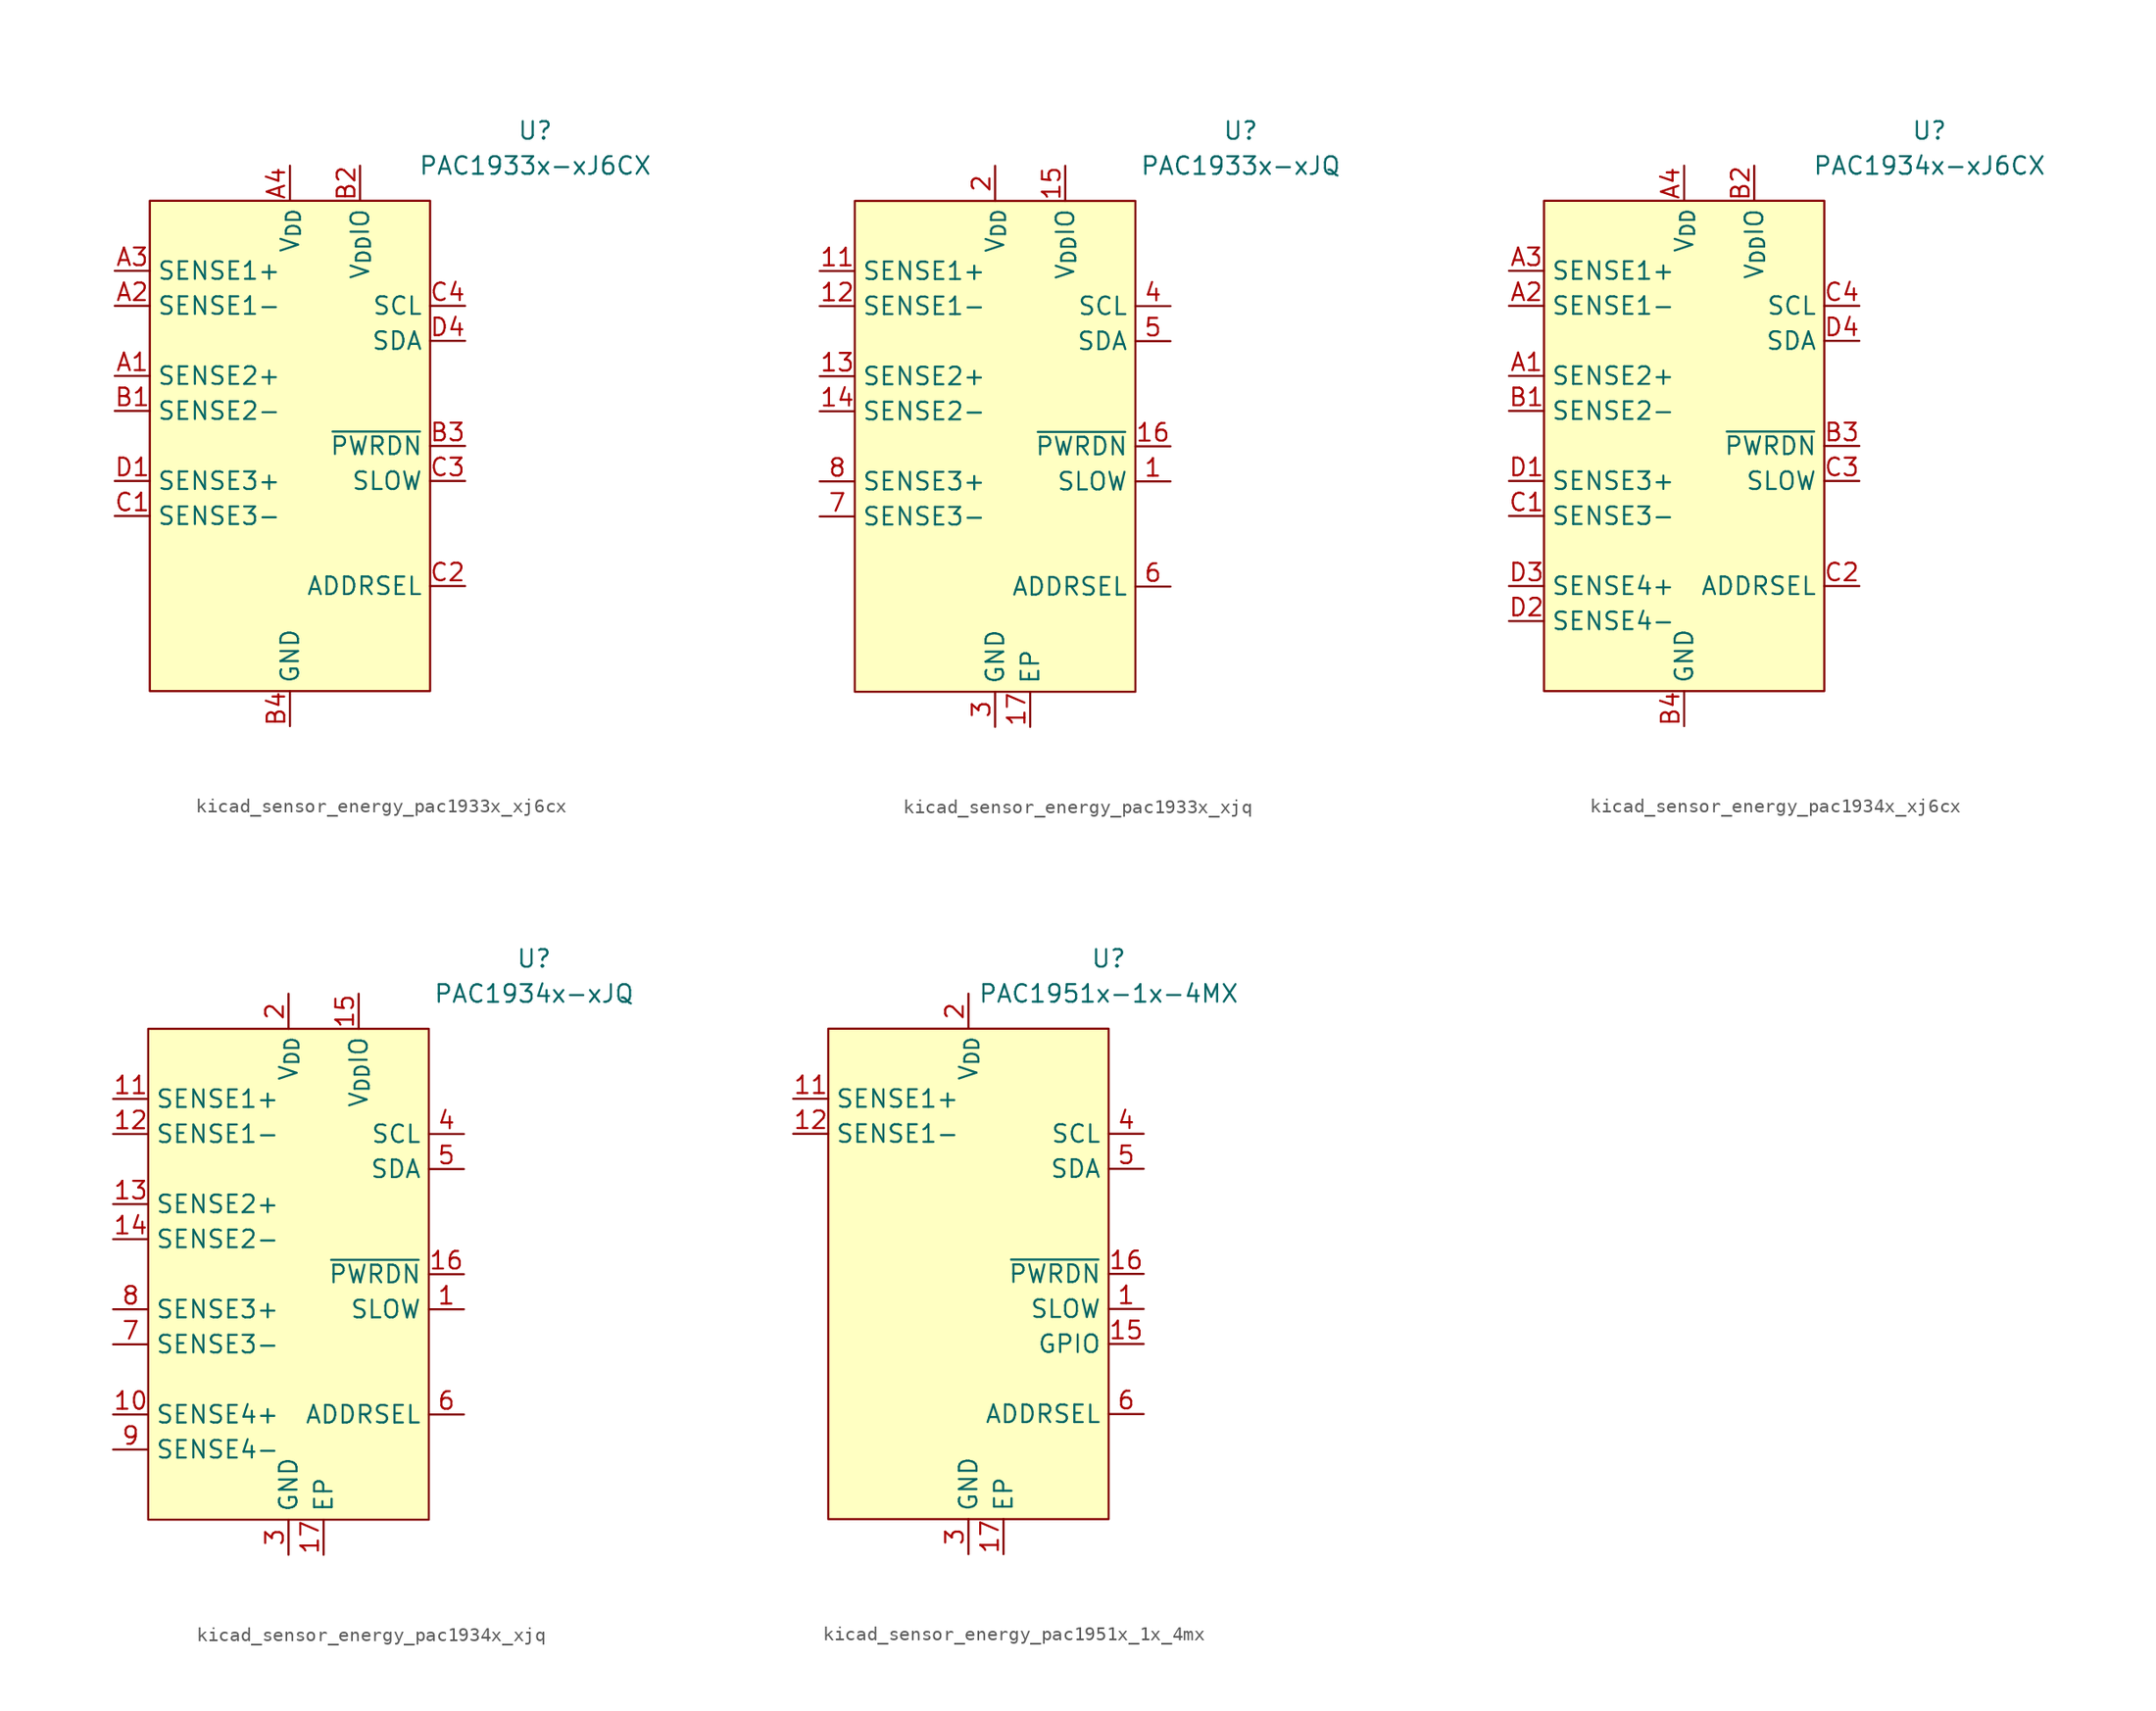
<source format=kicad_sym>
(kicad_symbol_lib
  (version 20220914)
  (generator kicad_symbol_editor)
  (symbol "kicad_sensor_energy_pac1933x_xj6cx"
    (property "Reference" "U"
      (at 17.78 22.86 0)
      (effects (font (size 1.27 1.27))))
    (property "Value" "PAC1933x-xJ6CX"
      (at 17.78 20.32 0)
      (effects (font (size 1.27 1.27))))
    (symbol "kicad_sensor_energy_pac1933x_xj6cx_0_0"
      (pin input line (at -12.7 5.08 0) (length 2.54) (name "SENSE2+" (effects (font (size 1.27 1.27)))) (number "A1" (effects (font (size 1.27 1.27)))))
      (pin input line (at -12.7 10.16 0) (length 2.54) (name "SENSE1-" (effects (font (size 1.27 1.27)))) (number "A2" (effects (font (size 1.27 1.27)))))
      (pin input line (at -12.7 12.7 0) (length 2.54) (name "SENSE1+" (effects (font (size 1.27 1.27)))) (number "A3" (effects (font (size 1.27 1.27)))))
      (pin power_in line (at 0 20.32 270) (length 2.54) (name "V_{DD}" (effects (font (size 1.27 1.27)))) (number "A4" (effects (font (size 1.27 1.27)))))
      (pin input line (at -12.7 2.54 0) (length 2.54) (name "SENSE2-" (effects (font (size 1.27 1.27)))) (number "B1" (effects (font (size 1.27 1.27)))))
      (pin input line (at 5.08 20.32 270) (length 2.54) (name "V_{DD}IO" (effects (font (size 1.27 1.27)))) (number "B2" (effects (font (size 1.27 1.27)))))
      (pin input line (at 12.7 0 180) (length 2.54) (name "~{PWRDN}" (effects (font (size 1.27 1.27)))) (number "B3" (effects (font (size 1.27 1.27)))))
      (pin power_in line (at 0 -20.32 90) (length 2.54) (name "GND" (effects (font (size 1.27 1.27)))) (number "B4" (effects (font (size 1.27 1.27)))))
      (pin input line (at -12.7 -5.08 0) (length 2.54) (name "SENSE3-" (effects (font (size 1.27 1.27)))) (number "C1" (effects (font (size 1.27 1.27)))))
      (pin passive line (at 12.7 -10.16 180) (length 2.54) (name "ADDRSEL" (effects (font (size 1.27 1.27)))) (number "C2" (effects (font (size 1.27 1.27)))))
      (pin input line (at 12.7 -2.54 180) (length 2.54) (name "SLOW" (effects (font (size 1.27 1.27)))) (number "C3" (effects (font (size 1.27 1.27)))) (alternate "~{ALERT1}" open_collector line))
      (pin input line (at 12.7 10.16 180) (length 2.54) (name "SCL" (effects (font (size 1.27 1.27)))) (number "C4" (effects (font (size 1.27 1.27)))) (alternate "SM_CLK" input line))
      (pin input line (at -12.7 -2.54 0) (length 2.54) (name "SENSE3+" (effects (font (size 1.27 1.27)))) (number "D1" (effects (font (size 1.27 1.27)))))
      (pin passive line (at 0 -20.32 90) (length 2.54) hide (name "GND" (effects (font (size 1.27 1.27)))) (number "D2" (effects (font (size 1.27 1.27)))))
      (pin passive line (at 0 -20.32 90) (length 2.54) hide (name "GND" (effects (font (size 1.27 1.27)))) (number "D3" (effects (font (size 1.27 1.27)))))
      (pin bidirectional line (at 12.7 7.62 180) (length 2.54) (name "SDA" (effects (font (size 1.27 1.27)))) (number "D4" (effects (font (size 1.27 1.27)))) (alternate "SM_DATA" bidirectional line)))
    (symbol "kicad_sensor_energy_pac1933x_xj6cx_0_1"
      (rectangle (start -10.16 17.78) (end 10.16 -17.78) (stroke (width 0) (type default)) (fill (type background)))))
  (symbol "kicad_sensor_energy_pac1933x_xjq"
    (property "Reference" "U"
      (at 17.78 22.86 0)
      (effects (font (size 1.27 1.27))))
    (property "Value" "PAC1933x-xJQ"
      (at 17.78 20.32 0)
      (effects (font (size 1.27 1.27))))
    (symbol "kicad_sensor_energy_pac1933x_xjq_0_0"
      (pin input line (at 12.7 -2.54 180) (length 2.54) (name "SLOW" (effects (font (size 1.27 1.27)))) (number "1" (effects (font (size 1.27 1.27)))) (alternate "~{ALERT1}" open_collector line))
      (pin passive line (at 0 -20.32 90) (length 2.54) hide (name "GND" (effects (font (size 1.27 1.27)))) (number "10" (effects (font (size 1.27 1.27)))))
      (pin input line (at -12.7 12.7 0) (length 2.54) (name "SENSE1+" (effects (font (size 1.27 1.27)))) (number "11" (effects (font (size 1.27 1.27)))))
      (pin input line (at -12.7 10.16 0) (length 2.54) (name "SENSE1-" (effects (font (size 1.27 1.27)))) (number "12" (effects (font (size 1.27 1.27)))))
      (pin input line (at -12.7 5.08 0) (length 2.54) (name "SENSE2+" (effects (font (size 1.27 1.27)))) (number "13" (effects (font (size 1.27 1.27)))))
      (pin input line (at -12.7 2.54 0) (length 2.54) (name "SENSE2-" (effects (font (size 1.27 1.27)))) (number "14" (effects (font (size 1.27 1.27)))))
      (pin input line (at 5.08 20.32 270) (length 2.54) (name "V_{DD}IO" (effects (font (size 1.27 1.27)))) (number "15" (effects (font (size 1.27 1.27)))))
      (pin input line (at 12.7 0 180) (length 2.54) (name "~{PWRDN}" (effects (font (size 1.27 1.27)))) (number "16" (effects (font (size 1.27 1.27)))))
      (pin passive line (at 2.54 -20.32 90) (length 2.54) (name "EP" (effects (font (size 1.27 1.27)))) (number "17" (effects (font (size 1.27 1.27)))))
      (pin power_in line (at 0 20.32 270) (length 2.54) (name "V_{DD}" (effects (font (size 1.27 1.27)))) (number "2" (effects (font (size 1.27 1.27)))))
      (pin power_in line (at 0 -20.32 90) (length 2.54) (name "GND" (effects (font (size 1.27 1.27)))) (number "3" (effects (font (size 1.27 1.27)))))
      (pin input line (at 12.7 10.16 180) (length 2.54) (name "SCL" (effects (font (size 1.27 1.27)))) (number "4" (effects (font (size 1.27 1.27)))) (alternate "SM_CLK" input line))
      (pin bidirectional line (at 12.7 7.62 180) (length 2.54) (name "SDA" (effects (font (size 1.27 1.27)))) (number "5" (effects (font (size 1.27 1.27)))) (alternate "SM_DATA" bidirectional line))
      (pin passive line (at 12.7 -10.16 180) (length 2.54) (name "ADDRSEL" (effects (font (size 1.27 1.27)))) (number "6" (effects (font (size 1.27 1.27)))))
      (pin input line (at -12.7 -5.08 0) (length 2.54) (name "SENSE3-" (effects (font (size 1.27 1.27)))) (number "7" (effects (font (size 1.27 1.27)))))
      (pin input line (at -12.7 -2.54 0) (length 2.54) (name "SENSE3+" (effects (font (size 1.27 1.27)))) (number "8" (effects (font (size 1.27 1.27)))))
      (pin passive line (at 0 -20.32 90) (length 2.54) hide (name "GND" (effects (font (size 1.27 1.27)))) (number "9" (effects (font (size 1.27 1.27))))))
    (symbol "kicad_sensor_energy_pac1933x_xjq_0_1"
      (rectangle (start -10.16 17.78) (end 10.16 -17.78) (stroke (width 0) (type default)) (fill (type background)))))
  (symbol "kicad_sensor_energy_pac1934x_xj6cx"
    (property "Reference" "U"
      (at 17.78 22.86 0)
      (effects (font (size 1.27 1.27))))
    (property "Value" "PAC1934x-xJ6CX"
      (at 17.78 20.32 0)
      (effects (font (size 1.27 1.27))))
    (symbol "kicad_sensor_energy_pac1934x_xj6cx_0_0"
      (pin input line (at -12.7 5.08 0) (length 2.54) (name "SENSE2+" (effects (font (size 1.27 1.27)))) (number "A1" (effects (font (size 1.27 1.27)))))
      (pin input line (at -12.7 10.16 0) (length 2.54) (name "SENSE1-" (effects (font (size 1.27 1.27)))) (number "A2" (effects (font (size 1.27 1.27)))))
      (pin input line (at -12.7 12.7 0) (length 2.54) (name "SENSE1+" (effects (font (size 1.27 1.27)))) (number "A3" (effects (font (size 1.27 1.27)))))
      (pin power_in line (at 0 20.32 270) (length 2.54) (name "V_{DD}" (effects (font (size 1.27 1.27)))) (number "A4" (effects (font (size 1.27 1.27)))))
      (pin input line (at -12.7 2.54 0) (length 2.54) (name "SENSE2-" (effects (font (size 1.27 1.27)))) (number "B1" (effects (font (size 1.27 1.27)))))
      (pin input line (at 5.08 20.32 270) (length 2.54) (name "V_{DD}IO" (effects (font (size 1.27 1.27)))) (number "B2" (effects (font (size 1.27 1.27)))))
      (pin input line (at 12.7 0 180) (length 2.54) (name "~{PWRDN}" (effects (font (size 1.27 1.27)))) (number "B3" (effects (font (size 1.27 1.27)))))
      (pin power_in line (at 0 -20.32 90) (length 2.54) (name "GND" (effects (font (size 1.27 1.27)))) (number "B4" (effects (font (size 1.27 1.27)))))
      (pin input line (at -12.7 -5.08 0) (length 2.54) (name "SENSE3-" (effects (font (size 1.27 1.27)))) (number "C1" (effects (font (size 1.27 1.27)))))
      (pin passive line (at 12.7 -10.16 180) (length 2.54) (name "ADDRSEL" (effects (font (size 1.27 1.27)))) (number "C2" (effects (font (size 1.27 1.27)))))
      (pin input line (at 12.7 -2.54 180) (length 2.54) (name "SLOW" (effects (font (size 1.27 1.27)))) (number "C3" (effects (font (size 1.27 1.27)))) (alternate "~{ALERT1}" open_collector line))
      (pin input line (at 12.7 10.16 180) (length 2.54) (name "SCL" (effects (font (size 1.27 1.27)))) (number "C4" (effects (font (size 1.27 1.27)))) (alternate "SM_CLK" input line))
      (pin input line (at -12.7 -2.54 0) (length 2.54) (name "SENSE3+" (effects (font (size 1.27 1.27)))) (number "D1" (effects (font (size 1.27 1.27)))))
      (pin input line (at -12.7 -12.7 0) (length 2.54) (name "SENSE4-" (effects (font (size 1.27 1.27)))) (number "D2" (effects (font (size 1.27 1.27)))))
      (pin input line (at -12.7 -10.16 0) (length 2.54) (name "SENSE4+" (effects (font (size 1.27 1.27)))) (number "D3" (effects (font (size 1.27 1.27)))))
      (pin bidirectional line (at 12.7 7.62 180) (length 2.54) (name "SDA" (effects (font (size 1.27 1.27)))) (number "D4" (effects (font (size 1.27 1.27)))) (alternate "SM_DATA" bidirectional line)))
    (symbol "kicad_sensor_energy_pac1934x_xj6cx_0_1"
      (rectangle (start -10.16 17.78) (end 10.16 -17.78) (stroke (width 0) (type default)) (fill (type background)))))
  (symbol "kicad_sensor_energy_pac1934x_xjq"
    (property "Reference" "U"
      (at 17.78 22.86 0)
      (effects (font (size 1.27 1.27))))
    (property "Value" "PAC1934x-xJQ"
      (at 17.78 20.32 0)
      (effects (font (size 1.27 1.27))))
    (symbol "kicad_sensor_energy_pac1934x_xjq_0_0"
      (pin input line (at 12.7 -2.54 180) (length 2.54) (name "SLOW" (effects (font (size 1.27 1.27)))) (number "1" (effects (font (size 1.27 1.27)))) (alternate "~{ALERT1}" open_collector line))
      (pin input line (at -12.7 -10.16 0) (length 2.54) (name "SENSE4+" (effects (font (size 1.27 1.27)))) (number "10" (effects (font (size 1.27 1.27)))))
      (pin input line (at -12.7 12.7 0) (length 2.54) (name "SENSE1+" (effects (font (size 1.27 1.27)))) (number "11" (effects (font (size 1.27 1.27)))))
      (pin input line (at -12.7 10.16 0) (length 2.54) (name "SENSE1-" (effects (font (size 1.27 1.27)))) (number "12" (effects (font (size 1.27 1.27)))))
      (pin input line (at -12.7 5.08 0) (length 2.54) (name "SENSE2+" (effects (font (size 1.27 1.27)))) (number "13" (effects (font (size 1.27 1.27)))))
      (pin input line (at -12.7 2.54 0) (length 2.54) (name "SENSE2-" (effects (font (size 1.27 1.27)))) (number "14" (effects (font (size 1.27 1.27)))))
      (pin input line (at 5.08 20.32 270) (length 2.54) (name "V_{DD}IO" (effects (font (size 1.27 1.27)))) (number "15" (effects (font (size 1.27 1.27)))))
      (pin input line (at 12.7 0 180) (length 2.54) (name "~{PWRDN}" (effects (font (size 1.27 1.27)))) (number "16" (effects (font (size 1.27 1.27)))))
      (pin passive line (at 2.54 -20.32 90) (length 2.54) (name "EP" (effects (font (size 1.27 1.27)))) (number "17" (effects (font (size 1.27 1.27)))))
      (pin power_in line (at 0 20.32 270) (length 2.54) (name "V_{DD}" (effects (font (size 1.27 1.27)))) (number "2" (effects (font (size 1.27 1.27)))))
      (pin power_in line (at 0 -20.32 90) (length 2.54) (name "GND" (effects (font (size 1.27 1.27)))) (number "3" (effects (font (size 1.27 1.27)))))
      (pin input line (at 12.7 10.16 180) (length 2.54) (name "SCL" (effects (font (size 1.27 1.27)))) (number "4" (effects (font (size 1.27 1.27)))) (alternate "SM_CLK" input line))
      (pin bidirectional line (at 12.7 7.62 180) (length 2.54) (name "SDA" (effects (font (size 1.27 1.27)))) (number "5" (effects (font (size 1.27 1.27)))) (alternate "SM_DATA" bidirectional line))
      (pin passive line (at 12.7 -10.16 180) (length 2.54) (name "ADDRSEL" (effects (font (size 1.27 1.27)))) (number "6" (effects (font (size 1.27 1.27)))))
      (pin input line (at -12.7 -5.08 0) (length 2.54) (name "SENSE3-" (effects (font (size 1.27 1.27)))) (number "7" (effects (font (size 1.27 1.27)))))
      (pin input line (at -12.7 -2.54 0) (length 2.54) (name "SENSE3+" (effects (font (size 1.27 1.27)))) (number "8" (effects (font (size 1.27 1.27)))))
      (pin input line (at -12.7 -12.7 0) (length 2.54) (name "SENSE4-" (effects (font (size 1.27 1.27)))) (number "9" (effects (font (size 1.27 1.27))))))
    (symbol "kicad_sensor_energy_pac1934x_xjq_0_1"
      (rectangle (start -10.16 17.78) (end 10.16 -17.78) (stroke (width 0) (type default)) (fill (type background)))))
  (symbol "kicad_sensor_energy_pac1951x_1x_4mx"
    (property "Reference" "U"
      (at 10.16 22.86 0)
      (effects (font (size 1.27 1.27))))
    (property "Value" "PAC1951x-1x-4MX"
      (at 10.16 20.32 0)
      (effects (font (size 1.27 1.27))))
    (symbol "kicad_sensor_energy_pac1951x_1x_4mx_0_0"
      (pin input line (at 12.7 -2.54 180) (length 2.54) (name "SLOW" (effects (font (size 1.27 1.27)))) (number "1" (effects (font (size 1.27 1.27)))) (alternate "GPIO" bidirectional line) (alternate "~{ALERT1}" open_collector line))
      (pin passive line (at 0 -20.32 90) (length 2.54) hide (name "GND" (effects (font (size 1.27 1.27)))) (number "10" (effects (font (size 1.27 1.27)))))
      (pin input line (at -12.7 12.7 0) (length 2.54) (name "SENSE1+" (effects (font (size 1.27 1.27)))) (number "11" (effects (font (size 1.27 1.27)))))
      (pin input line (at -12.7 10.16 0) (length 2.54) (name "SENSE1-" (effects (font (size 1.27 1.27)))) (number "12" (effects (font (size 1.27 1.27)))))
      (pin passive line (at 0 -20.32 90) (length 2.54) hide (name "GND" (effects (font (size 1.27 1.27)))) (number "13" (effects (font (size 1.27 1.27)))))
      (pin passive line (at 0 -20.32 90) (length 2.54) hide (name "GND" (effects (font (size 1.27 1.27)))) (number "14" (effects (font (size 1.27 1.27)))))
      (pin bidirectional line (at 12.7 -5.08 180) (length 2.54) (name "GPIO" (effects (font (size 1.27 1.27)))) (number "15" (effects (font (size 1.27 1.27)))) (alternate "~{ALERT2}" open_collector line))
      (pin input line (at 12.7 0 180) (length 2.54) (name "~{PWRDN}" (effects (font (size 1.27 1.27)))) (number "16" (effects (font (size 1.27 1.27)))))
      (pin passive line (at 2.54 -20.32 90) (length 2.54) (name "EP" (effects (font (size 1.27 1.27)))) (number "17" (effects (font (size 1.27 1.27)))))
      (pin power_in line (at 0 20.32 270) (length 2.54) (name "V_{DD}" (effects (font (size 1.27 1.27)))) (number "2" (effects (font (size 1.27 1.27)))))
      (pin power_in line (at 0 -20.32 90) (length 2.54) (name "GND" (effects (font (size 1.27 1.27)))) (number "3" (effects (font (size 1.27 1.27)))))
      (pin input line (at 12.7 10.16 180) (length 2.54) (name "SCL" (effects (font (size 1.27 1.27)))) (number "4" (effects (font (size 1.27 1.27)))) (alternate "SM_CLK" input line))
      (pin bidirectional line (at 12.7 7.62 180) (length 2.54) (name "SDA" (effects (font (size 1.27 1.27)))) (number "5" (effects (font (size 1.27 1.27)))) (alternate "SM_DATA" bidirectional line))
      (pin passive line (at 12.7 -10.16 180) (length 2.54) (name "ADDRSEL" (effects (font (size 1.27 1.27)))) (number "6" (effects (font (size 1.27 1.27)))))
      (pin passive line (at 0 -20.32 90) (length 2.54) hide (name "GND" (effects (font (size 1.27 1.27)))) (number "7" (effects (font (size 1.27 1.27)))))
      (pin passive line (at 0 -20.32 90) (length 2.54) hide (name "GND" (effects (font (size 1.27 1.27)))) (number "8" (effects (font (size 1.27 1.27)))))
      (pin passive line (at 0 -20.32 90) (length 2.54) hide (name "GND" (effects (font (size 1.27 1.27)))) (number "9" (effects (font (size 1.27 1.27))))))
    (symbol "kicad_sensor_energy_pac1951x_1x_4mx_0_1"
      (rectangle (start -10.16 17.78) (end 10.16 -17.78) (stroke (width 0) (type default)) (fill (type background))))))
</source>
